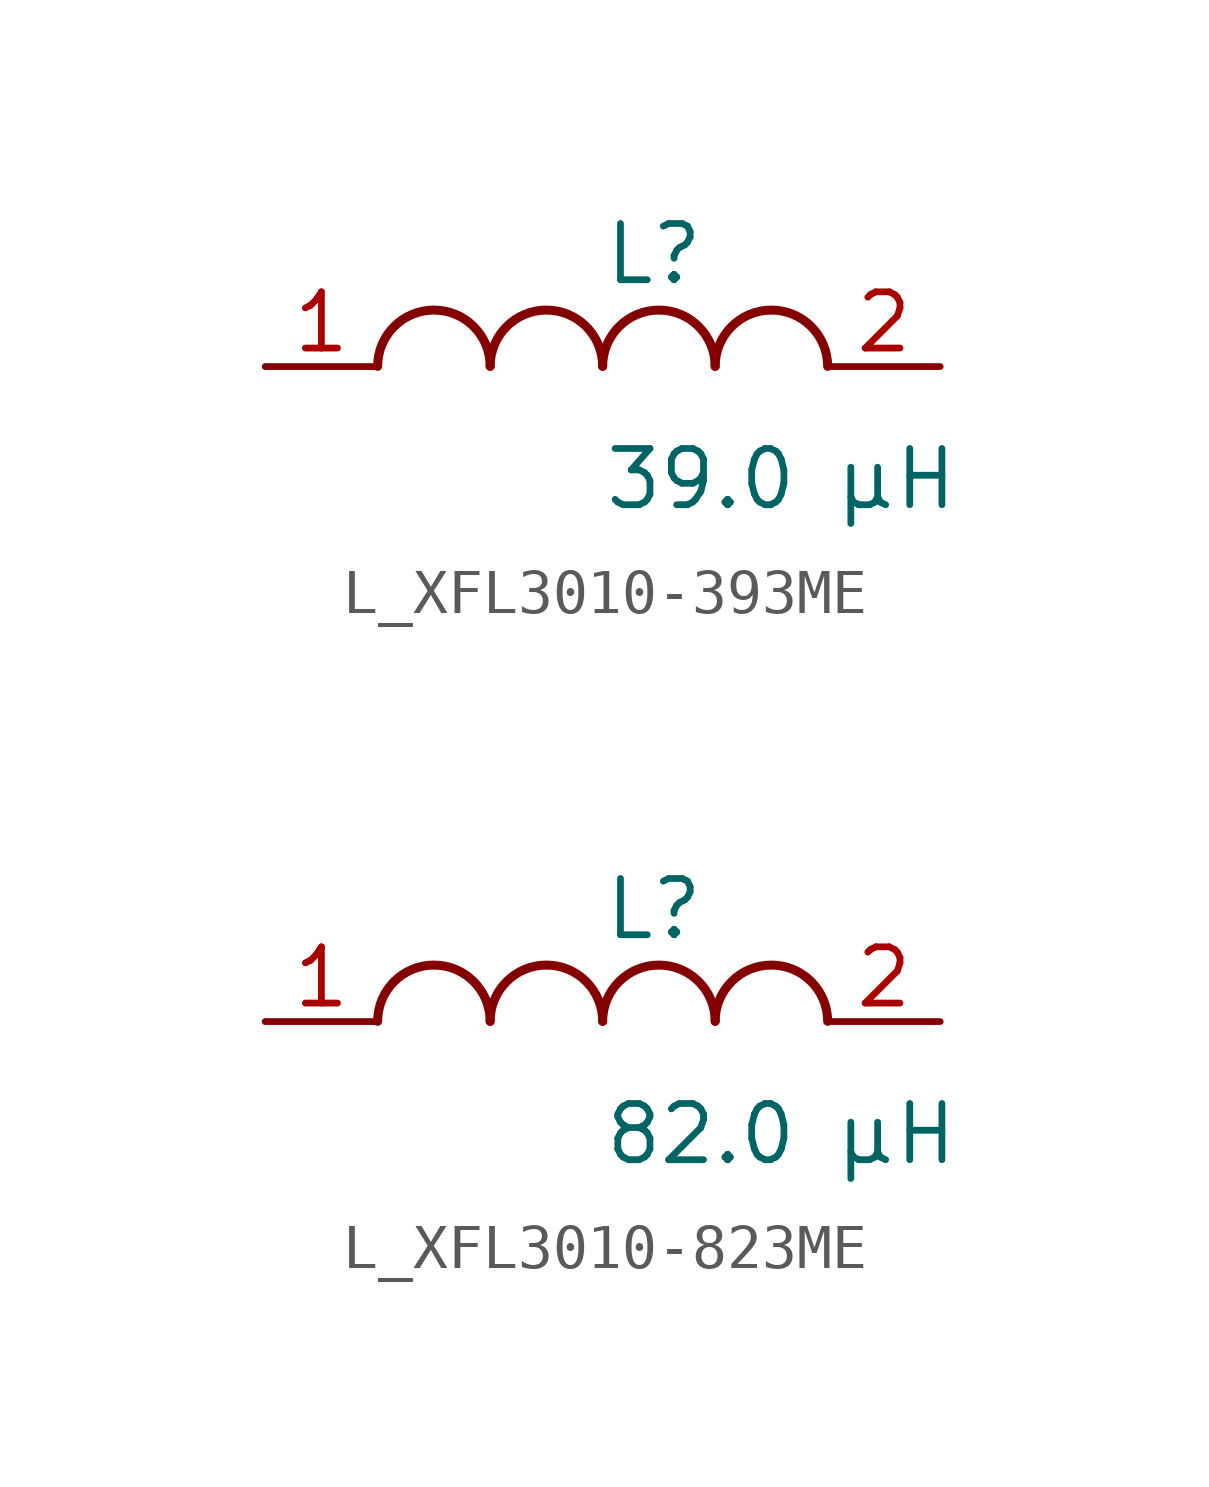
<source format=kicad_sym>
(kicad_symbol_lib
  (version 20231120)
  (generator kicad_symbol_editor)
  (generator_version 8.0)
  (symbol "L_XFL3010-393ME"
    (pin_names
      (offset 0.254))
    (property "Reference" "L"
      (at 0 2.54 0)
      (effects (font (size 1.27 1.27)) (justify left)))
    (property "Value" "39.0 µH"
      (at 0 -2.54 0)
      (effects (font (size 1.27 1.27)) (justify left)))
    (symbol "L_XFL3010-393ME_1_1"
      (arc (start -2.54 0.0056) (mid -3.81 1.27) (end -5.08 0.0056) (stroke (width 0.2032) (type default)) (fill (type none)))
      (arc (start 0 0.0056) (mid -1.27 1.27) (end -2.54 0.0056) (stroke (width 0.2032) (type default)) (fill (type none)))
      (arc (start 2.54 0.0056) (mid 1.27 1.27) (end 0 0.0056) (stroke (width 0.2032) (type default)) (fill (type none)))
      (arc (start 5.08 0.0056) (mid 3.81 1.27) (end 2.54 0.0056) (stroke (width 0.2032) (type default)) (fill (type none)))
      (pin unspecified line (at -7.62 0 0) (length 2.54) (name "" (effects (font (size 1.27 1.27)))) (number "1" (effects (font (size 1.27 1.27)))))
      (pin unspecified line (at 7.62 0 180) (length 2.54) (name "" (effects (font (size 1.27 1.27)))) (number "2" (effects (font (size 1.27 1.27)))))))
  (symbol "L_XFL3010-823ME"
    (pin_names
      (offset 0.254))
    (property "Reference" "L"
      (at 0 2.54 0)
      (effects (font (size 1.27 1.27)) (justify left)))
    (property "Value" "82.0 µH"
      (at 0 -2.54 0)
      (effects (font (size 1.27 1.27)) (justify left)))
    (symbol "L_XFL3010-823ME_1_1"
      (arc (start -2.54 0.0056) (mid -3.81 1.27) (end -5.08 0.0056) (stroke (width 0.2032) (type default)) (fill (type none)))
      (arc (start 0 0.0056) (mid -1.27 1.27) (end -2.54 0.0056) (stroke (width 0.2032) (type default)) (fill (type none)))
      (arc (start 2.54 0.0056) (mid 1.27 1.27) (end 0 0.0056) (stroke (width 0.2032) (type default)) (fill (type none)))
      (arc (start 5.08 0.0056) (mid 3.81 1.27) (end 2.54 0.0056) (stroke (width 0.2032) (type default)) (fill (type none)))
      (pin unspecified line (at -7.62 0 0) (length 2.54) (name "" (effects (font (size 1.27 1.27)))) (number "1" (effects (font (size 1.27 1.27)))))
      (pin unspecified line (at 7.62 0 180) (length 2.54) (name "" (effects (font (size 1.27 1.27)))) (number "2" (effects (font (size 1.27 1.27))))))))
</source>
